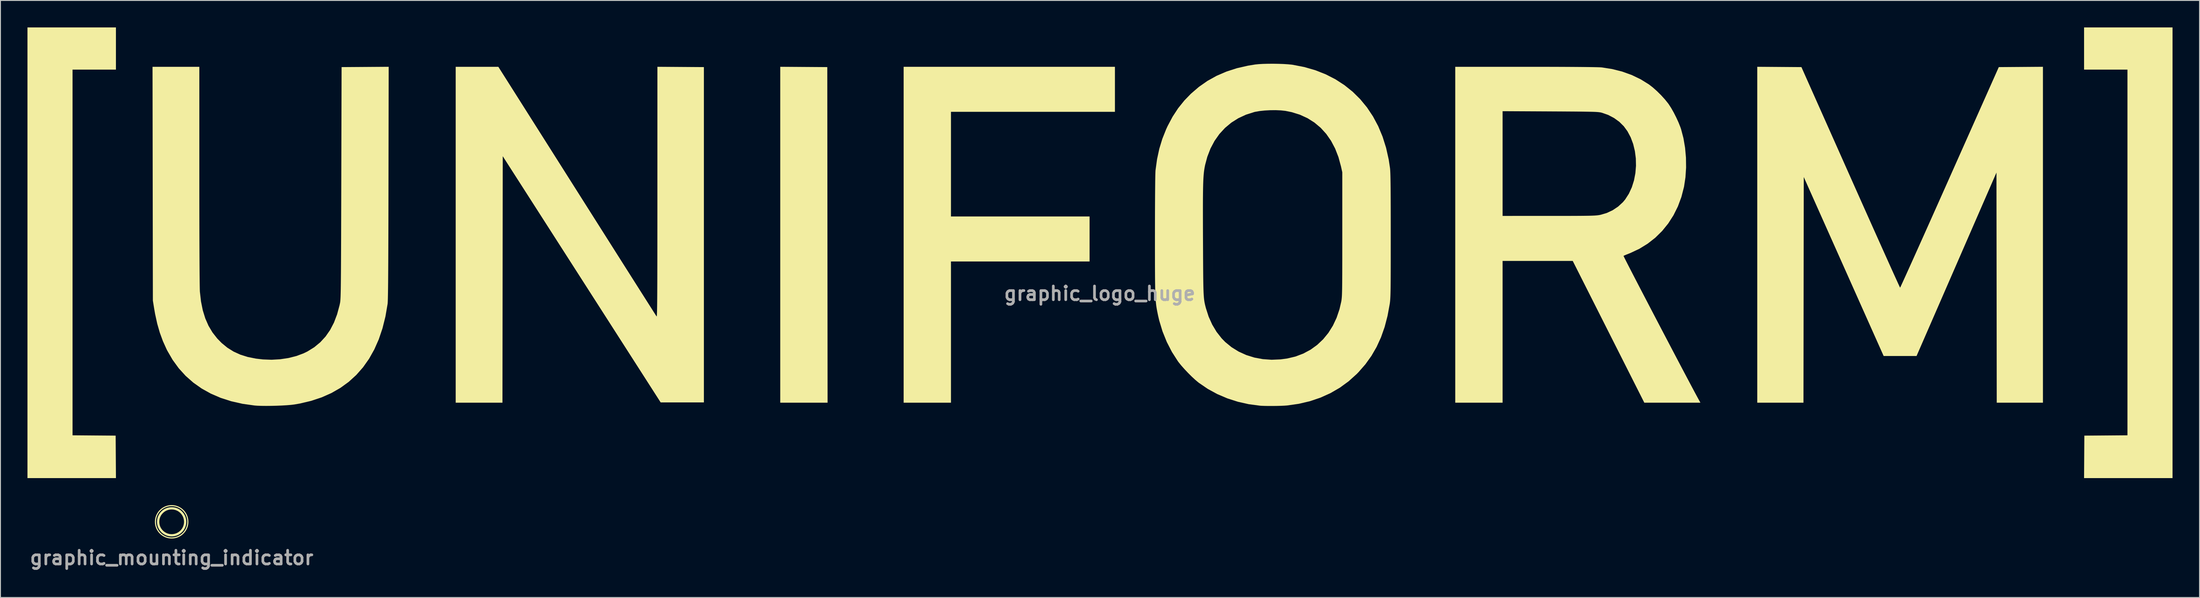
<source format=kicad_pcb>
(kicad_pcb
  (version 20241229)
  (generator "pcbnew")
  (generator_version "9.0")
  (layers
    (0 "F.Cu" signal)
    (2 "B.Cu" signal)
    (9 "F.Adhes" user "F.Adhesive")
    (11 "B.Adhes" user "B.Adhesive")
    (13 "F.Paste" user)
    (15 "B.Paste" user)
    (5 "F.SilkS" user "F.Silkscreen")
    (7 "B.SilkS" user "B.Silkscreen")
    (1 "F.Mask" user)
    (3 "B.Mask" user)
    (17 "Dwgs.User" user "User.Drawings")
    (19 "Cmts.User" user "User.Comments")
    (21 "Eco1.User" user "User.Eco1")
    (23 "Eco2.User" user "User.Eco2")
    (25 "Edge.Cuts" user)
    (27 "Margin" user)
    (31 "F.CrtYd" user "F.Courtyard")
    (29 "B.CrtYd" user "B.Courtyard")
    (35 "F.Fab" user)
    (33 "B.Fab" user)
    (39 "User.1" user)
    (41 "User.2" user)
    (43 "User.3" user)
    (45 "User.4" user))
  (footprint "graphic_logo_huge"
    (layer "F.Cu")
    (at 119.055 25.087)
    (property "Reference" "graphic_logo_huge" (at 0 4.5 0) (layer "F.Fab") (effects (font (size 1.524 1.524) (thickness 0.3))))
    (attr board_only exclude_from_pos_files exclude_from_bom)
    (fp_poly (pts (xy -32.86 -20.693) (xy -30.249 -20.677) (xy -30.233 -2.018) (xy -30.217 16.641) (xy -35.472 16.641) (xy -35.472 -20.709)) (stroke (width 0) (type solid)) (fill yes) (layer "F.SilkS"))
    (fp_poly (pts (xy 119.117 25.025) (xy 109.294 25.025) (xy 109.31 22.663) (xy 109.326 20.301) (xy 114.112 20.268) (xy 114.112 -20.395) (xy 109.295 -20.395) (xy 109.295 -25.087) (xy 119.117 -25.087)) (stroke (width 0) (type solid)) (fill yes) (layer "F.SilkS"))
    (fp_poly (pts (xy -109.233 -20.395) (xy -114.05 -20.395) (xy -114.05 20.268) (xy -111.657 20.285) (xy -109.264 20.301) (xy -109.247 22.663) (xy -109.231 25.025) (xy -119.055 25.025) (xy -119.055 -25.087) (xy -109.233 -25.087)) (stroke (width 0) (type solid)) (fill yes) (layer "F.SilkS"))
    (fp_poly (pts (xy 1.689 -15.703) (xy -16.516 -15.703) (xy -16.516 -4.067) (xy -1.126 -4.067) (xy -1.126 0.938) (xy -16.516 0.938) (xy -16.516 16.641) (xy -21.771 16.641) (xy -21.771 -20.708) (xy 1.689 -20.708)) (stroke (width 0) (type solid)) (fill yes) (layer "F.SilkS"))
    (fp_poly (pts (xy -46.53 -20.693) (xy -43.95 -20.677) (xy -43.95 16.61) (xy -48.75 16.61) (xy -57.517 2.921) (xy -66.284 -10.767) (xy -66.316 16.641) (xy -71.508 16.641) (xy -71.508 -20.708) (xy -66.772 -20.708) (xy -58.029 -6.885) (xy -57.268 -5.682) (xy -56.524 -4.506) (xy -55.8 -3.362) (xy -55.098 -2.253) (xy -54.422 -1.185) (xy -53.775 -0.162) (xy -53.158 0.813) (xy -52.575 1.733) (xy -52.029 2.595) (xy -51.522 3.395) (xy -51.058 4.128) (xy -50.638 4.789) (xy -50.267 5.375) (xy -49.946 5.881) (xy -49.679 6.302) (xy -49.468 6.633) (xy -49.316 6.872) (xy -49.226 7.012) (xy -49.2 7.05) (xy -49.191 7.049) (xy -49.182 7.014) (xy -49.173 6.942) (xy -49.166 6.828) (xy -49.159 6.667) (xy -49.153 6.455) (xy -49.147 6.188) (xy -49.142 5.861) (xy -49.137 5.47) (xy -49.133 5.01) (xy -49.129 4.476) (xy -49.126 3.865) (xy -49.123 3.171) (xy -49.121 2.391) (xy -49.119 1.519) (xy -49.117 0.552) (xy -49.116 -0.516) (xy -49.115 -1.688) (xy -49.114 -2.97) (xy -49.113 -4.365) (xy -49.113 -5.878) (xy -49.113 -6.773) (xy -49.111 -20.709)) (stroke (width 0) (type solid)) (fill yes) (layer "F.SilkS"))
    (fp_poly (pts (xy 104.728 16.641) (xy 99.598 16.641) (xy 99.583 3.846) (xy 99.567 -8.949) (xy 95.131 1.25) (xy 90.695 11.449) (xy 87.042 11.449) (xy 82.606 1.498) (xy 78.171 -8.453) (xy 78.155 4.094) (xy 78.139 16.641) (xy 73.009 16.641) (xy 73.009 -20.709) (xy 75.461 -20.693) (xy 77.912 -20.677) (xy 83.365 -8.415) (xy 83.888 -7.239) (xy 84.398 -6.094) (xy 84.892 -4.985) (xy 85.369 -3.917) (xy 85.825 -2.895) (xy 86.259 -1.925) (xy 86.668 -1.012) (xy 87.049 -0.161) (xy 87.401 0.623) (xy 87.721 1.335) (xy 88.007 1.969) (xy 88.256 2.52) (xy 88.466 2.982) (xy 88.634 3.352) (xy 88.759 3.623) (xy 88.838 3.79) (xy 88.869 3.848) (xy 88.869 3.848) (xy 88.899 3.791) (xy 88.977 3.626) (xy 89.101 3.356) (xy 89.269 2.988) (xy 89.479 2.527) (xy 89.727 1.977) (xy 90.012 1.344) (xy 90.332 0.634) (xy 90.683 -0.149) (xy 91.064 -0.999) (xy 91.473 -1.912) (xy 91.906 -2.881) (xy 92.362 -3.902) (xy 92.838 -4.969) (xy 93.332 -6.078) (xy 93.842 -7.222) (xy 94.365 -8.397) (xy 94.372 -8.415) (xy 99.826 -20.677) (xy 102.277 -20.693) (xy 104.728 -20.709)) (stroke (width 0) (type solid)) (fill yes) (layer "F.SilkS"))
    (fp_poly (pts (xy -78.971 -7.805) (xy -78.974 -6.205) (xy -78.977 -4.727) (xy -78.98 -3.365) (xy -78.984 -2.117) (xy -78.988 -0.978) (xy -78.992 0.055) (xy -78.996 0.987) (xy -79.001 1.822) (xy -79.006 2.564) (xy -79.011 3.216) (xy -79.017 3.782) (xy -79.024 4.267) (xy -79.031 4.674) (xy -79.038 5.008) (xy -79.046 5.272) (xy -79.055 5.47) (xy -79.064 5.607) (xy -79.07 5.662) (xy -79.31 7.063) (xy -79.637 8.373) (xy -80.048 9.593) (xy -80.546 10.721) (xy -81.128 11.759) (xy -81.795 12.704) (xy -82.546 13.558) (xy -83.382 14.32) (xy -84.301 14.989) (xy -85.304 15.565) (xy -86.39 16.048) (xy -87.56 16.437) (xy -88.812 16.733) (xy -89.416 16.838) (xy -89.792 16.884) (xy -90.263 16.923) (xy -90.803 16.955) (xy -91.383 16.978) (xy -91.974 16.993) (xy -92.549 16.998) (xy -93.079 16.993) (xy -93.536 16.976) (xy -93.842 16.953) (xy -95.175 16.765) (xy -96.429 16.481) (xy -97.604 16.103) (xy -98.699 15.63) (xy -99.713 15.065) (xy -100.645 14.406) (xy -101.494 13.656) (xy -102.258 12.814) (xy -102.936 11.881) (xy -103.528 10.859) (xy -103.607 10.703) (xy -104.015 9.799) (xy -104.359 8.86) (xy -104.646 7.862) (xy -104.882 6.782) (xy -104.99 6.162) (xy -105.131 5.286) (xy -105.15 -7.711) (xy -105.169 -20.708) (xy -99.973 -20.708) (xy -99.973 -8.618) (xy -99.973 -7.077) (xy -99.972 -5.619) (xy -99.97 -4.248) (xy -99.968 -2.966) (xy -99.965 -1.776) (xy -99.961 -0.681) (xy -99.957 0.314) (xy -99.952 1.208) (xy -99.947 1.997) (xy -99.941 2.677) (xy -99.935 3.246) (xy -99.928 3.701) (xy -99.921 4.038) (xy -99.913 4.254) (xy -99.91 4.303) (xy -99.787 5.384) (xy -99.589 6.369) (xy -99.312 7.267) (xy -98.954 8.085) (xy -98.512 8.829) (xy -97.982 9.506) (xy -97.488 10.01) (xy -96.855 10.529) (xy -96.168 10.958) (xy -95.417 11.3) (xy -94.593 11.559) (xy -93.684 11.74) (xy -92.92 11.829) (xy -91.953 11.865) (xy -90.996 11.811) (xy -90.07 11.672) (xy -89.194 11.45) (xy -88.389 11.149) (xy -87.969 10.944) (xy -87.213 10.475) (xy -86.543 9.921) (xy -85.956 9.282) (xy -85.45 8.553) (xy -85.024 7.732) (xy -84.676 6.816) (xy -84.403 5.802) (xy -84.354 5.568) (xy -84.341 5.499) (xy -84.329 5.418) (xy -84.319 5.32) (xy -84.309 5.2) (xy -84.3 5.051) (xy -84.291 4.87) (xy -84.284 4.651) (xy -84.277 4.389) (xy -84.27 4.078) (xy -84.264 3.714) (xy -84.259 3.29) (xy -84.254 2.803) (xy -84.249 2.246) (xy -84.245 1.615) (xy -84.241 0.904) (xy -84.237 0.108) (xy -84.233 -0.779) (xy -84.229 -1.76) (xy -84.226 -2.842) (xy -84.222 -4.03) (xy -84.218 -5.329) (xy -84.214 -6.744) (xy -84.211 -7.82) (xy -84.177 -20.677) (xy -81.563 -20.693) (xy -78.949 -20.709)) (stroke (width 0) (type solid)) (fill yes) (layer "F.SilkS"))
    (fp_poly (pts (xy 48.62 -20.707) (xy 49.835 -20.706) (xy 50.944 -20.703) (xy 51.943 -20.699) (xy 52.831 -20.694) (xy 53.607 -20.688) (xy 54.267 -20.681) (xy 54.81 -20.673) (xy 55.235 -20.664) (xy 55.538 -20.654) (xy 55.719 -20.643) (xy 55.729 -20.642) (xy 56.894 -20.46) (xy 58.012 -20.177) (xy 59.072 -19.795) (xy 60.063 -19.318) (xy 60.975 -18.752) (xy 60.98 -18.748) (xy 61.413 -18.413) (xy 61.875 -18.001) (xy 62.335 -17.545) (xy 62.76 -17.078) (xy 63.117 -16.632) (xy 63.178 -16.547) (xy 63.452 -16.123) (xy 63.738 -15.617) (xy 64.016 -15.068) (xy 64.268 -14.516) (xy 64.473 -13.999) (xy 64.553 -13.764) (xy 64.813 -12.772) (xy 64.993 -11.712) (xy 65.091 -10.615) (xy 65.106 -9.509) (xy 65.036 -8.425) (xy 64.881 -7.393) (xy 64.872 -7.351) (xy 64.585 -6.234) (xy 64.195 -5.181) (xy 63.705 -4.196) (xy 63.121 -3.285) (xy 62.446 -2.452) (xy 61.684 -1.702) (xy 60.839 -1.041) (xy 59.915 -0.472) (xy 58.917 -0.002) (xy 58.745 0.066) (xy 58.504 0.161) (xy 58.307 0.244) (xy 58.184 0.302) (xy 58.16 0.317) (xy 58.184 0.375) (xy 58.263 0.536) (xy 58.392 0.793) (xy 58.567 1.138) (xy 58.785 1.564) (xy 59.042 2.063) (xy 59.334 2.628) (xy 59.656 3.251) (xy 60.005 3.924) (xy 60.378 4.641) (xy 60.77 5.394) (xy 61.176 6.175) (xy 61.595 6.977) (xy 62.02 7.792) (xy 62.449 8.613) (xy 62.878 9.431) (xy 63.302 10.241) (xy 63.718 11.034) (xy 64.122 11.803) (xy 64.509 12.54) (xy 64.877 13.238) (xy 65.221 13.888) (xy 65.537 14.485) (xy 65.821 15.02) (xy 66.069 15.486) (xy 66.278 15.875) (xy 66.443 16.18) (xy 66.482 16.25) (xy 66.697 16.641) (xy 63.581 16.64) (xy 60.466 16.639) (xy 52.52 0.878) (xy 48.626 0.877) (xy 44.732 0.876) (xy 44.732 16.641) (xy 39.476 16.641) (xy 39.476 -15.773) (xy 44.732 -15.773) (xy 44.732 -4.129) (xy 49.877 -4.13) (xy 50.805 -4.13) (xy 51.616 -4.131) (xy 52.32 -4.132) (xy 52.926 -4.134) (xy 53.442 -4.137) (xy 53.878 -4.141) (xy 54.242 -4.146) (xy 54.543 -4.153) (xy 54.79 -4.162) (xy 54.993 -4.172) (xy 55.159 -4.185) (xy 55.299 -4.199) (xy 55.42 -4.217) (xy 55.532 -4.236) (xy 55.607 -4.251) (xy 56.3 -4.454) (xy 56.958 -4.763) (xy 57.559 -5.166) (xy 58.083 -5.648) (xy 58.337 -5.951) (xy 58.752 -6.597) (xy 59.081 -7.311) (xy 59.322 -8.078) (xy 59.476 -8.88) (xy 59.543 -9.703) (xy 59.525 -10.528) (xy 59.42 -11.342) (xy 59.23 -12.126) (xy 58.954 -12.866) (xy 58.594 -13.544) (xy 58.189 -14.097) (xy 57.69 -14.593) (xy 57.102 -15.018) (xy 56.45 -15.359) (xy 55.759 -15.601) (xy 55.711 -15.613) (xy 55.624 -15.633) (xy 55.526 -15.65) (xy 55.407 -15.666) (xy 55.259 -15.679) (xy 55.073 -15.691) (xy 54.841 -15.701) (xy 54.555 -15.709) (xy 54.206 -15.716) (xy 53.786 -15.723) (xy 53.285 -15.729) (xy 52.696 -15.734) (xy 52.011 -15.738) (xy 51.219 -15.743) (xy 50.314 -15.747) (xy 50.002 -15.749) (xy 44.732 -15.773) (xy 39.476 -15.773) (xy 39.476 -20.708) (xy 47.299 -20.708)) (stroke (width 0) (type solid)) (fill yes) (layer "F.SilkS"))
    (fp_poly (pts (xy 19.832 -21.04) (xy 20.392 -21.021) (xy 20.898 -20.989) (xy 21.321 -20.948) (xy 21.427 -20.933) (xy 22.72 -20.681) (xy 23.943 -20.327) (xy 25.094 -19.872) (xy 26.17 -19.32) (xy 27.169 -18.672) (xy 28.089 -17.933) (xy 28.927 -17.103) (xy 29.68 -16.187) (xy 30.345 -15.186) (xy 30.922 -14.104) (xy 31.406 -12.943) (xy 31.795 -11.705) (xy 32.088 -10.394) (xy 32.231 -9.447) (xy 32.245 -9.307) (xy 32.257 -9.117) (xy 32.268 -8.87) (xy 32.278 -8.56) (xy 32.286 -8.182) (xy 32.293 -7.727) (xy 32.299 -7.192) (xy 32.303 -6.568) (xy 32.307 -5.85) (xy 32.31 -5.032) (xy 32.312 -4.107) (xy 32.313 -3.07) (xy 32.313 -1.939) (xy 32.313 -0.856) (xy 32.312 0.111) (xy 32.312 0.967) (xy 32.31 1.722) (xy 32.308 2.382) (xy 32.305 2.955) (xy 32.301 3.449) (xy 32.297 3.872) (xy 32.291 4.231) (xy 32.284 4.535) (xy 32.275 4.789) (xy 32.265 5.004) (xy 32.254 5.185) (xy 32.241 5.34) (xy 32.226 5.479) (xy 32.209 5.607) (xy 32.201 5.662) (xy 31.956 6.989) (xy 31.635 8.223) (xy 31.232 9.37) (xy 30.744 10.439) (xy 30.169 11.435) (xy 29.503 12.365) (xy 28.742 13.238) (xy 28.532 13.454) (xy 27.636 14.261) (xy 26.667 14.968) (xy 25.627 15.573) (xy 24.52 16.074) (xy 23.347 16.472) (xy 22.111 16.763) (xy 20.815 16.949) (xy 20.806 16.949) (xy 20.502 16.971) (xy 20.108 16.988) (xy 19.658 17) (xy 19.184 17.005) (xy 18.719 17.005) (xy 18.296 16.998) (xy 17.947 16.984) (xy 17.799 16.974) (xy 16.551 16.809) (xy 15.336 16.536) (xy 14.165 16.158) (xy 13.049 15.681) (xy 12 15.109) (xy 11.029 14.445) (xy 10.919 14.361) (xy 10.584 14.079) (xy 10.205 13.726) (xy 9.808 13.33) (xy 9.419 12.918) (xy 9.065 12.519) (xy 8.773 12.159) (xy 8.679 12.032) (xy 8.016 10.997) (xy 7.445 9.886) (xy 6.973 8.713) (xy 6.605 7.494) (xy 6.479 6.951) (xy 6.426 6.697) (xy 6.379 6.461) (xy 6.337 6.234) (xy 6.3 6.008) (xy 6.267 5.774) (xy 6.24 5.525) (xy 6.216 5.252) (xy 6.196 4.947) (xy 6.179 4.602) (xy 6.166 4.207) (xy 6.155 3.756) (xy 6.147 3.24) (xy 6.141 2.651) (xy 6.137 1.98) (xy 6.134 1.219) (xy 6.133 0.36) (xy 6.132 -0.606) (xy 6.132 -1.686) (xy 6.132 -2.002) (xy 6.133 -3.022) (xy 6.135 -3.99) (xy 6.137 -4.723) (xy 11.458 -4.723) (xy 11.459 -3.869) (xy 11.461 -2.909) (xy 11.465 -1.835) (xy 11.467 -1.439) (xy 11.472 -0.4) (xy 11.476 0.522) (xy 11.481 1.335) (xy 11.486 2.049) (xy 11.492 2.671) (xy 11.499 3.21) (xy 11.508 3.673) (xy 11.519 4.07) (xy 11.532 4.409) (xy 11.548 4.698) (xy 11.567 4.945) (xy 11.589 5.16) (xy 11.615 5.349) (xy 11.645 5.523) (xy 11.68 5.688) (xy 11.719 5.853) (xy 11.764 6.027) (xy 11.791 6.131) (xy 12.095 7.078) (xy 12.491 7.958) (xy 12.972 8.763) (xy 13.533 9.48) (xy 13.936 9.895) (xy 14.644 10.475) (xy 15.425 10.958) (xy 16.268 11.341) (xy 17.165 11.622) (xy 18.107 11.797) (xy 19.084 11.866) (xy 20.087 11.824) (xy 20.82 11.725) (xy 21.747 11.504) (xy 22.613 11.174) (xy 23.415 10.743) (xy 24.147 10.213) (xy 24.807 9.589) (xy 25.388 8.877) (xy 25.887 8.079) (xy 26.3 7.202) (xy 26.622 6.25) (xy 26.816 5.412) (xy 26.834 5.308) (xy 26.851 5.199) (xy 26.865 5.078) (xy 26.878 4.936) (xy 26.889 4.768) (xy 26.898 4.564) (xy 26.906 4.317) (xy 26.913 4.02) (xy 26.918 3.666) (xy 26.923 3.247) (xy 26.926 2.754) (xy 26.929 2.182) (xy 26.93 1.521) (xy 26.932 0.766) (xy 26.932 -0.093) (xy 26.933 -1.062) (xy 26.933 -2.096) (xy 26.933 -8.978) (xy 26.788 -9.634) (xy 26.507 -10.668) (xy 26.139 -11.616) (xy 25.686 -12.476) (xy 25.15 -13.247) (xy 24.535 -13.925) (xy 23.841 -14.508) (xy 23.072 -14.995) (xy 22.231 -15.381) (xy 21.318 -15.666) (xy 20.621 -15.807) (xy 20.12 -15.862) (xy 19.547 -15.887) (xy 18.938 -15.882) (xy 18.33 -15.849) (xy 17.762 -15.79) (xy 17.27 -15.705) (xy 17.165 -15.68) (xy 16.243 -15.388) (xy 15.391 -14.993) (xy 14.612 -14.5) (xy 13.909 -13.912) (xy 13.287 -13.234) (xy 12.75 -12.471) (xy 12.301 -11.625) (xy 11.945 -10.701) (xy 11.708 -9.817) (xy 11.665 -9.611) (xy 11.628 -9.404) (xy 11.594 -9.188) (xy 11.565 -8.954) (xy 11.54 -8.694) (xy 11.519 -8.4) (xy 11.501 -8.065) (xy 11.487 -7.679) (xy 11.476 -7.236) (xy 11.468 -6.727) (xy 11.462 -6.144) (xy 11.459 -5.478) (xy 11.458 -4.723) (xy 6.137 -4.723) (xy 6.138 -4.899) (xy 6.142 -5.741) (xy 6.147 -6.51) (xy 6.153 -7.199) (xy 6.159 -7.799) (xy 6.167 -8.304) (xy 6.175 -8.707) (xy 6.184 -9.001) (xy 6.193 -9.178) (xy 6.195 -9.197) (xy 6.366 -10.436) (xy 6.616 -11.596) (xy 6.952 -12.701) (xy 7.379 -13.774) (xy 7.542 -14.126) (xy 8.091 -15.161) (xy 8.706 -16.102) (xy 9.402 -16.967) (xy 10.126 -17.714) (xy 11.015 -18.479) (xy 11.966 -19.144) (xy 12.985 -19.71) (xy 14.075 -20.18) (xy 15.241 -20.556) (xy 16.488 -20.84) (xy 17.267 -20.966) (xy 17.65 -21.005) (xy 18.127 -21.032) (xy 18.67 -21.046) (xy 19.248 -21.049)) (stroke (width 0) (type solid)) (fill yes) (layer "F.SilkS")))
  (footprint "graphic_mounting_indicator"
    (layer "F.Cu")
    (at 16.009 54.972)
    (property "Reference" "graphic_mounting_indicator" (at 0 4 0) (layer "F.Fab") (effects (font (size 1.524 1.524) (thickness 0.3))))
    (attr board_only exclude_from_pos_files exclude_from_bom)
    (fp_circle (center 0 0) (end 1.5 0) (stroke (width 0.25) (type solid)) (fill no) (layer "F.SilkS"))
    (fp_circle (center 0 0) (end 1.8 0) (stroke (width 0.12) (type solid)) (fill no) (layer "F.SilkS")))
  (gr_rect
    (start -3 -3)
    (end 241.172 63.39)
    (stroke (width 0.1) (type default))
    (fill no)
    (layer "Edge.Cuts")))
</source>
